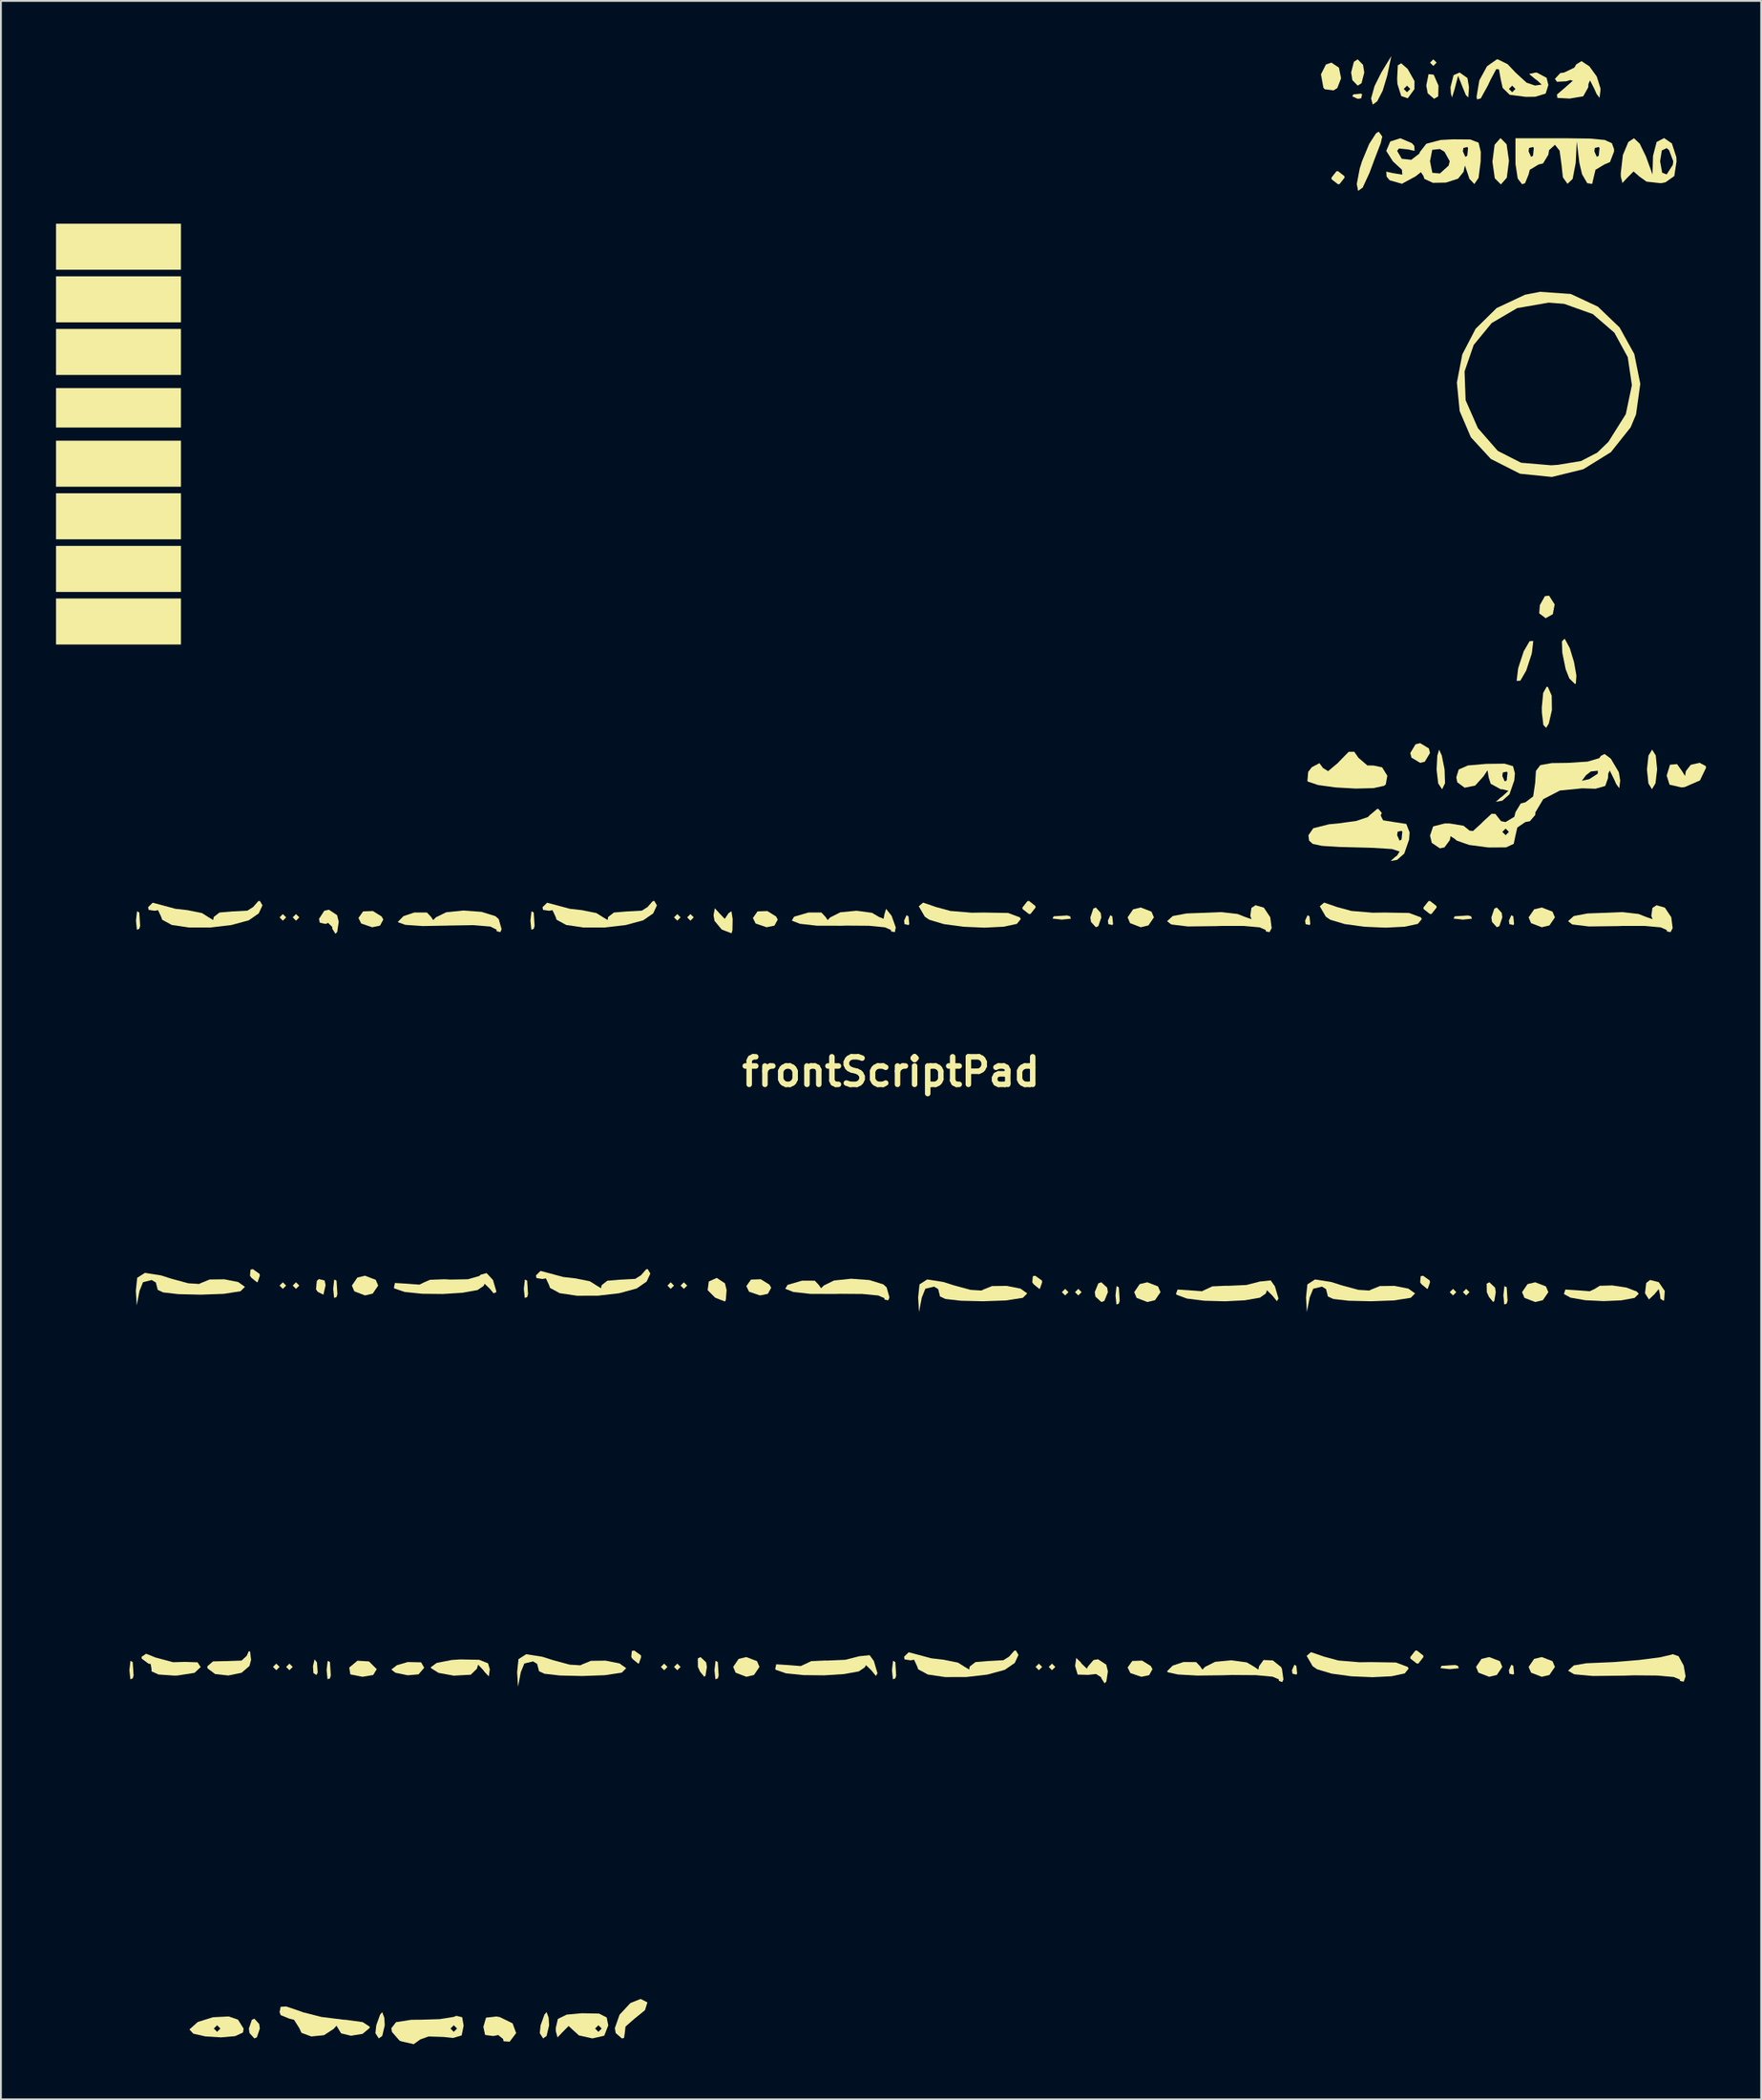
<source format=kicad_pcb>
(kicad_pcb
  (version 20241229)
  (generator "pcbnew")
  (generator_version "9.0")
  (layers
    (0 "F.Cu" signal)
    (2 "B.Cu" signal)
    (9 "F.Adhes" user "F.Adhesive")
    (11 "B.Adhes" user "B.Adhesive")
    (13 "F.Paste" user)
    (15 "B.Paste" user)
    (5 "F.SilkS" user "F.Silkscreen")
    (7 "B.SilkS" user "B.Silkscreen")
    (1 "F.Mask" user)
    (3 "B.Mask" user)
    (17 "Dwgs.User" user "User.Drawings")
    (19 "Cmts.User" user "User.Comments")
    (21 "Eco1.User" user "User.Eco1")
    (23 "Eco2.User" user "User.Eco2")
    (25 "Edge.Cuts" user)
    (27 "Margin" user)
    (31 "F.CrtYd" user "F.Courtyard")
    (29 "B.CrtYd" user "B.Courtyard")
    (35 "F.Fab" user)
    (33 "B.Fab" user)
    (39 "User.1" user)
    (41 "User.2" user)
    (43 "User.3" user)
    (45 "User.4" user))
  (footprint "frontScriptPad"
    (layer "F.Cu")
    (at 45.434 55.272)
    (property "Reference" "frontScriptPad" (at 0 0 0) (layer "F.SilkS") (effects (font (size 1.5 1.5) (thickness 0.3))))
    (attr board_only exclude_from_pos_files exclude_from_bom)
    (fp_poly (pts (xy -33.27 32.376) (xy -33.449 32.555) (xy -33.628 32.376) (xy -33.449 32.197)) (stroke (width 0) (type solid)) (fill yes) (layer "F.SilkS"))
    (fp_poly (pts (xy -32.913 -8.407) (xy -33.092 -8.228) (xy -33.27 -8.407) (xy -33.092 -8.586)) (stroke (width 0) (type solid)) (fill yes) (layer "F.SilkS"))
    (fp_poly (pts (xy -32.913 11.627) (xy -33.092 11.806) (xy -33.27 11.627) (xy -33.092 11.448)) (stroke (width 0) (type solid)) (fill yes) (layer "F.SilkS"))
    (fp_poly (pts (xy -32.555 32.376) (xy -32.734 32.555) (xy -32.913 32.376) (xy -32.734 32.197)) (stroke (width 0) (type solid)) (fill yes) (layer "F.SilkS"))
    (fp_poly (pts (xy -32.197 -8.407) (xy -32.376 -8.228) (xy -32.555 -8.407) (xy -32.376 -8.586)) (stroke (width 0) (type solid)) (fill yes) (layer "F.SilkS"))
    (fp_poly (pts (xy -32.197 11.627) (xy -32.376 11.806) (xy -32.555 11.627) (xy -32.376 11.448)) (stroke (width 0) (type solid)) (fill yes) (layer "F.SilkS"))
    (fp_poly (pts (xy -12.163 32.376) (xy -12.342 32.555) (xy -12.521 32.376) (xy -12.342 32.197)) (stroke (width 0) (type solid)) (fill yes) (layer "F.SilkS"))
    (fp_poly (pts (xy -11.806 11.627) (xy -11.985 11.806) (xy -12.163 11.627) (xy -11.985 11.448)) (stroke (width 0) (type solid)) (fill yes) (layer "F.SilkS"))
    (fp_poly (pts (xy -11.448 -8.407) (xy -11.627 -8.228) (xy -11.806 -8.407) (xy -11.627 -8.586)) (stroke (width 0) (type solid)) (fill yes) (layer "F.SilkS"))
    (fp_poly (pts (xy -11.448 32.376) (xy -11.627 32.555) (xy -11.806 32.376) (xy -11.627 32.197)) (stroke (width 0) (type solid)) (fill yes) (layer "F.SilkS"))
    (fp_poly (pts (xy -11.09 11.627) (xy -11.269 11.806) (xy -11.448 11.627) (xy -11.269 11.448)) (stroke (width 0) (type solid)) (fill yes) (layer "F.SilkS"))
    (fp_poly (pts (xy -10.732 -8.407) (xy -10.911 -8.228) (xy -11.09 -8.407) (xy -10.911 -8.586)) (stroke (width 0) (type solid)) (fill yes) (layer "F.SilkS"))
    (fp_poly (pts (xy 8.228 32.376) (xy 8.049 32.555) (xy 7.87 32.376) (xy 8.049 32.197)) (stroke (width 0) (type solid)) (fill yes) (layer "F.SilkS"))
    (fp_poly (pts (xy 8.944 32.376) (xy 8.765 32.555) (xy 8.586 32.376) (xy 8.765 32.197)) (stroke (width 0) (type solid)) (fill yes) (layer "F.SilkS"))
    (fp_poly (pts (xy 9.659 11.985) (xy 9.48 12.163) (xy 9.301 11.985) (xy 9.48 11.806)) (stroke (width 0) (type solid)) (fill yes) (layer "F.SilkS"))
    (fp_poly (pts (xy 10.375 11.985) (xy 10.196 12.163) (xy 10.017 11.985) (xy 10.196 11.806)) (stroke (width 0) (type solid)) (fill yes) (layer "F.SilkS"))
    (fp_poly (pts (xy 29.693 -54.914) (xy 29.514 -54.735) (xy 29.335 -54.914) (xy 29.514 -55.093)) (stroke (width 0) (type solid)) (fill yes) (layer "F.SilkS"))
    (fp_poly (pts (xy 30.766 11.985) (xy 30.587 12.163) (xy 30.408 11.985) (xy 30.587 11.806)) (stroke (width 0) (type solid)) (fill yes) (layer "F.SilkS"))
    (fp_poly (pts (xy 31.482 11.985) (xy 31.303 12.163) (xy 31.124 11.985) (xy 31.303 11.806)) (stroke (width 0) (type solid)) (fill yes) (layer "F.SilkS"))
    (fp_poly (pts (xy -41.262 32.108) (xy -41.214 32.84) (xy -41.262 33.002) (xy -41.392 33.047) (xy -41.442 32.555) (xy -41.386 32.047)) (stroke (width 0) (type solid)) (fill yes) (layer "F.SilkS"))
    (fp_poly (pts (xy -40.904 -8.675) (xy -40.857 -7.943) (xy -40.904 -7.781) (xy -41.034 -7.736) (xy -41.084 -8.228) (xy -41.028 -8.736)) (stroke (width 0) (type solid)) (fill yes) (layer "F.SilkS"))
    (fp_poly (pts (xy -31.237 32.13) (xy -31.195 32.689) (xy -31.266 32.816) (xy -31.428 32.709) (xy -31.453 32.346) (xy -31.366 31.965)) (stroke (width 0) (type solid)) (fill yes) (layer "F.SilkS"))
    (fp_poly (pts (xy -30.529 32.108) (xy -30.482 32.84) (xy -30.529 33.002) (xy -30.66 33.047) (xy -30.71 32.555) (xy -30.653 32.047)) (stroke (width 0) (type solid)) (fill yes) (layer "F.SilkS"))
    (fp_poly (pts (xy -30.172 11.358) (xy -30.124 12.091) (xy -30.172 12.253) (xy -30.302 12.298) (xy -30.352 11.806) (xy -30.296 11.298)) (stroke (width 0) (type solid)) (fill yes) (layer "F.SilkS"))
    (fp_poly (pts (xy -19.797 11.358) (xy -19.75 12.091) (xy -19.797 12.253) (xy -19.927 12.298) (xy -19.977 11.806) (xy -19.921 11.298)) (stroke (width 0) (type solid)) (fill yes) (layer "F.SilkS"))
    (fp_poly (pts (xy -19.439 -8.675) (xy -19.392 -7.943) (xy -19.439 -7.781) (xy -19.57 -7.736) (xy -19.62 -8.228) (xy -19.563 -8.736)) (stroke (width 0) (type solid)) (fill yes) (layer "F.SilkS"))
    (fp_poly (pts (xy -9.422 32.108) (xy -9.375 32.84) (xy -9.422 33.002) (xy -9.553 33.047) (xy -9.603 32.555) (xy -9.546 32.047)) (stroke (width 0) (type solid)) (fill yes) (layer "F.SilkS"))
    (fp_poly (pts (xy 0.237 32.108) (xy 0.284 32.84) (xy 0.237 33.002) (xy 0.106 33.047) (xy 0.056 32.555) (xy 0.113 32.047)) (stroke (width 0) (type solid)) (fill yes) (layer "F.SilkS"))
    (fp_poly (pts (xy 0.954 -8.467) (xy 0.997 -8.042) (xy 0.954 -7.99) (xy 0.741 -8.039) (xy 0.715 -8.228) (xy 0.846 -8.523)) (stroke (width 0) (type solid)) (fill yes) (layer "F.SilkS"))
    (fp_poly (pts (xy 9.749 -8.465) (xy 9.794 -8.335) (xy 9.301 -8.285) (xy 8.794 -8.341) (xy 8.854 -8.465) (xy 9.587 -8.512)) (stroke (width 0) (type solid)) (fill yes) (layer "F.SilkS"))
    (fp_poly (pts (xy 12.044 -8.467) (xy 12.087 -8.042) (xy 12.044 -7.99) (xy 11.831 -8.039) (xy 11.806 -8.228) (xy 11.937 -8.523)) (stroke (width 0) (type solid)) (fill yes) (layer "F.SilkS"))
    (fp_poly (pts (xy 12.4 11.716) (xy 12.448 12.449) (xy 12.4 12.611) (xy 12.27 12.656) (xy 12.22 12.163) (xy 12.276 11.656)) (stroke (width 0) (type solid)) (fill yes) (layer "F.SilkS"))
    (fp_poly (pts (xy 22.061 32.316) (xy 22.104 32.741) (xy 22.061 32.793) (xy 21.848 32.744) (xy 21.823 32.555) (xy 21.953 32.26)) (stroke (width 0) (type solid)) (fill yes) (layer "F.SilkS"))
    (fp_poly (pts (xy 22.777 -8.467) (xy 22.819 -8.042) (xy 22.777 -7.99) (xy 22.564 -8.039) (xy 22.538 -8.228) (xy 22.669 -8.523)) (stroke (width 0) (type solid)) (fill yes) (layer "F.SilkS"))
    (fp_poly (pts (xy 25.638 -53.185) (xy 25.589 -52.972) (xy 25.4 -52.946) (xy 25.106 -53.077) (xy 25.162 -53.185) (xy 25.586 -53.228)) (stroke (width 0) (type solid)) (fill yes) (layer "F.SilkS"))
    (fp_poly (pts (xy 30.856 32.318) (xy 30.901 32.449) (xy 30.408 32.498) (xy 29.901 32.442) (xy 29.961 32.318) (xy 30.694 32.271)) (stroke (width 0) (type solid)) (fill yes) (layer "F.SilkS"))
    (fp_poly (pts (xy 31.571 -8.465) (xy 31.616 -8.335) (xy 31.124 -8.285) (xy 30.616 -8.341) (xy 30.677 -8.465) (xy 31.409 -8.512)) (stroke (width 0) (type solid)) (fill yes) (layer "F.SilkS"))
    (fp_poly (pts (xy 33.507 11.716) (xy 33.555 12.449) (xy 33.507 12.611) (xy 33.377 12.656) (xy 33.327 12.163) (xy 33.383 11.656)) (stroke (width 0) (type solid)) (fill yes) (layer "F.SilkS"))
    (fp_poly (pts (xy 33.867 -8.467) (xy 33.909 -8.042) (xy 33.867 -7.99) (xy 33.654 -8.039) (xy 33.628 -8.228) (xy 33.759 -8.523)) (stroke (width 0) (type solid)) (fill yes) (layer "F.SilkS"))
    (fp_poly (pts (xy 33.867 32.316) (xy 33.909 32.741) (xy 33.867 32.793) (xy 33.654 32.744) (xy 33.628 32.555) (xy 33.759 32.26)) (stroke (width 0) (type solid)) (fill yes) (layer "F.SilkS"))
    (fp_poly (pts (xy -30.819 11.35) (xy -30.766 11.606) (xy -30.884 12.123) (xy -31.194 11.968) (xy -31.288 11.83) (xy -31.243 11.371) (xy -31.13 11.273)) (stroke (width 0) (type solid)) (fill yes) (layer "F.SilkS"))
    (fp_poly (pts (xy -28.405 32.077) (xy -27.983 32.497) (xy -28.174 32.813) (xy -28.758 32.913) (xy -29.419 32.784) (xy -29.478 32.411) (xy -29.033 32.038)) (stroke (width 0) (type solid)) (fill yes) (layer "F.SilkS"))
    (fp_poly (pts (xy 29.533 -54.26) (xy 29.797 -53.662) (xy 29.782 -53.078) (xy 29.557 -52.946) (xy 29.211 -53.245) (xy 29.131 -53.662) (xy 29.256 -54.286)) (stroke (width 0) (type solid)) (fill yes) (layer "F.SilkS"))
    (fp_poly (pts (xy 36.118 -25.436) (xy 36.018 -24.904) (xy 35.629 -24.685) (xy 35.278 -24.948) (xy 35.312 -25.396) (xy 35.586 -25.885) (xy 35.815 -25.911)) (stroke (width 0) (type solid)) (fill yes) (layer "F.SilkS"))
    (fp_poly (pts (xy -38.637 -44.897) (xy -38.637 -43.645) (xy -42.035 -43.645) (xy -45.434 -43.645) (xy -45.434 -44.897) (xy -45.434 -46.149) (xy -42.035 -46.149) (xy -38.637 -46.149)) (stroke (width 0) (type solid)) (fill yes) (layer "F.SilkS"))
    (fp_poly (pts (xy -38.637 -42.035) (xy -38.637 -40.783) (xy -42.035 -40.783) (xy -45.434 -40.783) (xy -45.434 -42.035) (xy -45.434 -43.287) (xy -42.035 -43.287) (xy -38.637 -43.287)) (stroke (width 0) (type solid)) (fill yes) (layer "F.SilkS"))
    (fp_poly (pts (xy -38.637 -39.173) (xy -38.637 -37.921) (xy -42.035 -37.921) (xy -45.434 -37.921) (xy -45.434 -39.173) (xy -45.434 -40.425) (xy -42.035 -40.425) (xy -38.637 -40.425)) (stroke (width 0) (type solid)) (fill yes) (layer "F.SilkS"))
    (fp_poly (pts (xy -38.637 -36.132) (xy -38.637 -35.059) (xy -42.035 -35.059) (xy -45.434 -35.059) (xy -45.434 -36.132) (xy -45.434 -37.206) (xy -42.035 -37.206) (xy -38.637 -37.206)) (stroke (width 0) (type solid)) (fill yes) (layer "F.SilkS"))
    (fp_poly (pts (xy -38.637 -33.092) (xy -38.637 -31.839) (xy -42.035 -31.839) (xy -45.434 -31.839) (xy -45.434 -33.092) (xy -45.434 -34.344) (xy -42.035 -34.344) (xy -38.637 -34.344)) (stroke (width 0) (type solid)) (fill yes) (layer "F.SilkS"))
    (fp_poly (pts (xy -38.637 -30.23) (xy -38.637 -28.977) (xy -42.035 -28.977) (xy -45.434 -28.977) (xy -45.434 -30.23) (xy -45.434 -31.482) (xy -42.035 -31.482) (xy -38.637 -31.482)) (stroke (width 0) (type solid)) (fill yes) (layer "F.SilkS"))
    (fp_poly (pts (xy -38.637 -27.368) (xy -38.637 -26.115) (xy -42.035 -26.115) (xy -45.434 -26.115) (xy -45.434 -27.368) (xy -45.434 -28.62) (xy -42.035 -28.62) (xy -38.637 -28.62)) (stroke (width 0) (type solid)) (fill yes) (layer "F.SilkS"))
    (fp_poly (pts (xy -38.637 -24.506) (xy -38.637 -23.254) (xy -42.035 -23.254) (xy -45.434 -23.254) (xy -45.434 -24.506) (xy -45.434 -25.758) (xy -42.035 -25.758) (xy -38.637 -25.758)) (stroke (width 0) (type solid)) (fill yes) (layer "F.SilkS"))
    (fp_poly (pts (xy -34.377 51.806) (xy -34.344 52.052) (xy -34.505 52.529) (xy -34.642 52.589) (xy -34.907 52.298) (xy -34.94 52.052) (xy -34.778 51.576) (xy -34.642 51.515)) (stroke (width 0) (type solid)) (fill yes) (layer "F.SilkS"))
    (fp_poly (pts (xy -34.358 10.992) (xy -34.344 11.09) (xy -34.466 11.439) (xy -34.501 11.448) (xy -34.807 11.197) (xy -34.88 11.09) (xy -34.852 10.76) (xy -34.723 10.732)) (stroke (width 0) (type solid)) (fill yes) (layer "F.SilkS"))
    (fp_poly (pts (xy -28.037 11.314) (xy -27.904 11.627) (xy -28.202 12.064) (xy -28.62 12.163) (xy -29.202 11.94) (xy -29.335 11.627) (xy -29.037 11.19) (xy -28.62 11.09)) (stroke (width 0) (type solid)) (fill yes) (layer "F.SilkS"))
    (fp_poly (pts (xy -27.715 -8.455) (xy -27.625 -8.286) (xy -27.806 -7.958) (xy -28.232 -7.87) (xy -28.828 -8.073) (xy -28.977 -8.375) (xy -28.725 -8.732) (xy -28.191 -8.752)) (stroke (width 0) (type solid)) (fill yes) (layer "F.SilkS"))
    (fp_poly (pts (xy -27.572 51.459) (xy -27.546 51.873) (xy -27.682 52.455) (xy -27.871 52.589) (xy -28.055 52.304) (xy -28.008 51.873) (xy -27.8 51.295) (xy -27.684 51.158)) (stroke (width 0) (type solid)) (fill yes) (layer "F.SilkS"))
    (fp_poly (pts (xy -25.567 32.126) (xy -25.4 32.422) (xy -25.706 32.78) (xy -26.294 32.831) (xy -26.968 32.693) (xy -27.189 32.519) (xy -26.884 32.282) (xy -26.294 32.11)) (stroke (width 0) (type solid)) (fill yes) (layer "F.SilkS"))
    (fp_poly (pts (xy -18.628 51.459) (xy -18.603 51.873) (xy -18.739 52.455) (xy -18.927 52.589) (xy -19.111 52.304) (xy -19.064 51.873) (xy -18.857 51.295) (xy -18.74 51.158)) (stroke (width 0) (type solid)) (fill yes) (layer "F.SilkS"))
    (fp_poly (pts (xy -13.609 31.741) (xy -13.594 31.839) (xy -13.716 32.188) (xy -13.752 32.197) (xy -14.058 31.946) (xy -14.131 31.839) (xy -14.103 31.51) (xy -13.973 31.482)) (stroke (width 0) (type solid)) (fill yes) (layer "F.SilkS"))
    (fp_poly (pts (xy -10.056 32.129) (xy -10.017 32.376) (xy -10.093 32.853) (xy -10.158 32.913) (xy -10.388 32.633) (xy -10.504 32.376) (xy -10.511 31.915) (xy -10.363 31.839)) (stroke (width 0) (type solid)) (fill yes) (layer "F.SilkS"))
    (fp_poly (pts (xy -7.288 32.063) (xy -7.155 32.376) (xy -7.453 32.813) (xy -7.87 32.913) (xy -8.453 32.689) (xy -8.586 32.376) (xy -8.288 31.939) (xy -7.87 31.839)) (stroke (width 0) (type solid)) (fill yes) (layer "F.SilkS"))
    (fp_poly (pts (xy -6.608 11.579) (xy -6.518 11.747) (xy -6.699 12.076) (xy -7.125 12.163) (xy -7.721 11.961) (xy -7.87 11.658) (xy -7.618 11.301) (xy -7.084 11.282)) (stroke (width 0) (type solid)) (fill yes) (layer "F.SilkS"))
    (fp_poly (pts (xy -6.25 -8.455) (xy -6.161 -8.286) (xy -6.341 -7.958) (xy -6.767 -7.87) (xy -7.364 -8.073) (xy -7.513 -8.375) (xy -7.26 -8.732) (xy -6.726 -8.752)) (stroke (width 0) (type solid)) (fill yes) (layer "F.SilkS"))
    (fp_poly (pts (xy 7.86 -9.029) (xy 7.87 -8.944) (xy 7.598 -8.596) (xy 7.513 -8.586) (xy 7.165 -8.858) (xy 7.155 -8.944) (xy 7.427 -9.291) (xy 7.513 -9.301)) (stroke (width 0) (type solid)) (fill yes) (layer "F.SilkS"))
    (fp_poly (pts (xy 8.214 11.35) (xy 8.228 11.448) (xy 8.106 11.796) (xy 8.07 11.806) (xy 7.765 11.555) (xy 7.692 11.448) (xy 7.72 11.118) (xy 7.849 11.09)) (stroke (width 0) (type solid)) (fill yes) (layer "F.SilkS"))
    (fp_poly (pts (xy 11.414 -8.653) (xy 11.448 -8.407) (xy 11.286 -7.931) (xy 11.15 -7.87) (xy 10.885 -8.161) (xy 10.852 -8.407) (xy 11.013 -8.884) (xy 11.15 -8.944)) (stroke (width 0) (type solid)) (fill yes) (layer "F.SilkS"))
    (fp_poly (pts (xy 11.765 11.738) (xy 11.806 11.985) (xy 11.612 12.461) (xy 11.448 12.521) (xy 11.131 12.231) (xy 11.09 11.985) (xy 11.283 11.508) (xy 11.448 11.448)) (stroke (width 0) (type solid)) (fill yes) (layer "F.SilkS"))
    (fp_poly (pts (xy 14.142 32.328) (xy 14.231 32.497) (xy 14.051 32.825) (xy 13.624 32.913) (xy 13.028 32.71) (xy 12.879 32.408) (xy 13.132 32.051) (xy 13.665 32.032)) (stroke (width 0) (type solid)) (fill yes) (layer "F.SilkS"))
    (fp_poly (pts (xy 14.177 -8.72) (xy 14.31 -8.407) (xy 14.012 -7.97) (xy 13.594 -7.87) (xy 13.012 -8.094) (xy 12.879 -8.407) (xy 13.177 -8.844) (xy 13.594 -8.944)) (stroke (width 0) (type solid)) (fill yes) (layer "F.SilkS"))
    (fp_poly (pts (xy 14.535 11.672) (xy 14.668 11.985) (xy 14.369 12.422) (xy 13.952 12.521) (xy 13.369 12.297) (xy 13.237 11.985) (xy 13.535 11.547) (xy 13.952 11.448)) (stroke (width 0) (type solid)) (fill yes) (layer "F.SilkS"))
    (fp_poly (pts (xy 24.674 -48.739) (xy 24.685 -48.654) (xy 24.412 -48.306) (xy 24.327 -48.296) (xy 23.979 -48.568) (xy 23.969 -48.654) (xy 24.241 -49.001) (xy 24.327 -49.011)) (stroke (width 0) (type solid)) (fill yes) (layer "F.SilkS"))
    (fp_poly (pts (xy 25.691 -54.793) (xy 25.758 -54.377) (xy 25.608 -53.796) (xy 25.4 -53.662) (xy 25.109 -53.962) (xy 25.042 -54.377) (xy 25.192 -54.959) (xy 25.4 -55.093)) (stroke (width 0) (type solid)) (fill yes) (layer "F.SilkS"))
    (fp_poly (pts (xy 27.005 -54.199) (xy 26.76 -53.387) (xy 26.465 -52.816) (xy 26.22 -52.629) (xy 26.128 -52.964) (xy 26.315 -53.637) (xy 26.685 -54.377) (xy 27.23 -55.272)) (stroke (width 0) (type solid)) (fill yes) (layer "F.SilkS"))
    (fp_poly (pts (xy 28.967 31.754) (xy 28.977 31.839) (xy 28.705 32.187) (xy 28.62 32.197) (xy 28.272 31.925) (xy 28.262 31.839) (xy 28.534 31.492) (xy 28.62 31.482)) (stroke (width 0) (type solid)) (fill yes) (layer "F.SilkS"))
    (fp_poly (pts (xy 29.273 -17.601) (xy 29.335 -17.351) (xy 29.049 -16.876) (xy 28.799 -16.814) (xy 28.324 -17.1) (xy 28.262 -17.351) (xy 28.548 -17.825) (xy 28.799 -17.887)) (stroke (width 0) (type solid)) (fill yes) (layer "F.SilkS"))
    (fp_poly (pts (xy 29.321 11.35) (xy 29.335 11.448) (xy 29.213 11.796) (xy 29.177 11.806) (xy 28.872 11.555) (xy 28.799 11.448) (xy 28.827 11.118) (xy 28.956 11.09)) (stroke (width 0) (type solid)) (fill yes) (layer "F.SilkS"))
    (fp_poly (pts (xy 29.683 -9.029) (xy 29.693 -8.944) (xy 29.421 -8.596) (xy 29.335 -8.586) (xy 28.988 -8.858) (xy 28.977 -8.944) (xy 29.25 -9.291) (xy 29.335 -9.301)) (stroke (width 0) (type solid)) (fill yes) (layer "F.SilkS"))
    (fp_poly (pts (xy 32.874 11.738) (xy 32.913 11.985) (xy 32.836 12.462) (xy 32.772 12.521) (xy 32.541 12.241) (xy 32.426 11.985) (xy 32.418 11.524) (xy 32.566 11.448)) (stroke (width 0) (type solid)) (fill yes) (layer "F.SilkS"))
    (fp_poly (pts (xy 33.138 32.063) (xy 33.27 32.376) (xy 32.972 32.813) (xy 32.555 32.913) (xy 31.972 32.689) (xy 31.839 32.376) (xy 32.138 31.939) (xy 32.555 31.839)) (stroke (width 0) (type solid)) (fill yes) (layer "F.SilkS"))
    (fp_poly (pts (xy 33.237 -8.653) (xy 33.27 -8.407) (xy 33.109 -7.931) (xy 32.972 -7.87) (xy 32.708 -8.161) (xy 32.674 -8.407) (xy 32.836 -8.884) (xy 32.972 -8.944)) (stroke (width 0) (type solid)) (fill yes) (layer "F.SilkS"))
    (fp_poly (pts (xy 35.642 11.672) (xy 35.775 11.985) (xy 35.476 12.422) (xy 35.059 12.521) (xy 34.476 12.297) (xy 34.344 11.985) (xy 34.642 11.547) (xy 35.059 11.448)) (stroke (width 0) (type solid)) (fill yes) (layer "F.SilkS"))
    (fp_poly (pts (xy 36 -8.72) (xy 36.132 -8.407) (xy 35.834 -7.97) (xy 35.417 -7.87) (xy 34.834 -8.094) (xy 34.701 -8.407) (xy 35 -8.844) (xy 35.417 -8.944)) (stroke (width 0) (type solid)) (fill yes) (layer "F.SilkS"))
    (fp_poly (pts (xy 36 32.063) (xy 36.132 32.376) (xy 35.834 32.813) (xy 35.417 32.913) (xy 34.834 32.689) (xy 34.701 32.376) (xy 35 31.939) (xy 35.417 31.839)) (stroke (width 0) (type solid)) (fill yes) (layer "F.SilkS"))
    (fp_poly (pts (xy -9.033 11.504) (xy -8.944 11.865) (xy -8.984 12.4) (xy -9.033 12.493) (xy -9.394 12.354) (xy -9.57 12.284) (xy -9.975 11.877) (xy -9.914 11.406) (xy -9.48 11.209)) (stroke (width 0) (type solid)) (fill yes) (layer "F.SilkS"))
    (fp_poly (pts (xy 24.379 -54.641) (xy 24.496 -54.061) (xy 24.289 -53.53) (xy 24.091 -53.405) (xy 23.606 -53.464) (xy 23.531 -53.554) (xy 23.401 -54.278) (xy 23.67 -54.812) (xy 23.969 -54.914)) (stroke (width 0) (type solid)) (fill yes) (layer "F.SilkS"))
    (fp_poly (pts (xy 34.879 -22.802) (xy 34.859 -22.717) (xy 34.569 -21.834) (xy 34.251 -21.286) (xy 34.048 -21.272) (xy 34.125 -21.917) (xy 34.144 -22.001) (xy 34.434 -22.884) (xy 34.752 -23.432) (xy 34.955 -23.446)) (stroke (width 0) (type solid)) (fill yes) (layer "F.SilkS"))
    (fp_poly (pts (xy 35.75 -20.944) (xy 35.957 -20.472) (xy 35.968 -19.685) (xy 35.799 -18.951) (xy 35.655 -18.721) (xy 35.504 -18.875) (xy 35.422 -19.552) (xy 35.417 -19.816) (xy 35.493 -20.617) (xy 35.683 -20.958)) (stroke (width 0) (type solid)) (fill yes) (layer "F.SilkS"))
    (fp_poly (pts (xy 36.68 -23.541) (xy 36.942 -23.054) (xy 37.171 -22.3) (xy 37.301 -21.565) (xy 37.271 -21.134) (xy 37.222 -21.107) (xy 36.916 -21.407) (xy 36.716 -21.912) (xy 36.535 -22.804) (xy 36.512 -23.421) (xy 36.652 -23.565)) (stroke (width 0) (type solid)) (fill yes) (layer "F.SilkS"))
    (fp_poly (pts (xy -30.14 -8.53) (xy -30.051 -8.169) (xy -30.132 -7.619) (xy -30.23 -7.513) (xy -30.402 -7.792) (xy -30.408 -7.892) (xy -30.628 -8.105) (xy -30.766 -8.049) (xy -31.082 -8.119) (xy -31.124 -8.326) (xy -30.837 -8.767) (xy -30.587 -8.824)) (stroke (width 0) (type solid)) (fill yes) (layer "F.SilkS"))
    (fp_poly (pts (xy -21.286 51.428) (xy -20.589 51.77) (xy -20.396 52.299) (xy -20.749 52.768) (xy -21.079 52.746) (xy -21.107 52.621) (xy -21.368 52.406) (xy -21.644 52.459) (xy -22.085 52.401) (xy -22.18 51.961) (xy -22.034 51.459) (xy -21.469 51.397)) (stroke (width 0) (type solid)) (fill yes) (layer "F.SilkS"))
    (fp_poly (pts (xy -9.339 -8.635) (xy -9.045 -8.326) (xy -8.836 -8.635) (xy -8.681 -8.742) (xy -8.614 -8.318) (xy -8.626 -7.701) (xy -8.675 -7.541) (xy -9.037 -7.679) (xy -9.212 -7.75) (xy -9.601 -8.218) (xy -9.654 -8.526) (xy -9.583 -8.904)) (stroke (width 0) (type solid)) (fill yes) (layer "F.SilkS"))
    (fp_poly (pts (xy 26.736 -50.892) (xy 26.654 -50.532) (xy 26.341 -49.723) (xy 26.044 -48.922) (xy 25.671 -48.115) (xy 25.422 -47.938) (xy 25.349 -48.308) (xy 25.508 -49.142) (xy 25.634 -49.548) (xy 26.025 -50.492) (xy 26.399 -51.071) (xy 26.545 -51.158)) (stroke (width 0) (type solid)) (fill yes) (layer "F.SilkS"))
    (fp_poly (pts (xy 29.974 -17.22) (xy 30.124 -16.473) (xy 30.127 -16.456) (xy 30.153 -15.708) (xy 29.997 -15.383) (xy 29.989 -15.383) (xy 29.781 -15.694) (xy 29.693 -16.444) (xy 29.693 -16.456) (xy 29.733 -17.211) (xy 29.83 -17.53) (xy 29.831 -17.53)) (stroke (width 0) (type solid)) (fill yes) (layer "F.SilkS"))
    (fp_poly (pts (xy 31.373 -54.075) (xy 31.457 -53.573) (xy 31.416 -53.018) (xy 31.284 -53.15) (xy 31.147 -53.483) (xy 30.863 -54.199) (xy 30.677 -53.483) (xy 30.534 -53.02) (xy 30.471 -53.233) (xy 30.45 -53.573) (xy 30.616 -54.232) (xy 30.945 -54.377)) (stroke (width 0) (type solid)) (fill yes) (layer "F.SilkS"))
    (fp_poly (pts (xy 33.502 -50.474) (xy 33.628 -49.598) (xy 33.628 -49.548) (xy 33.512 -48.65) (xy 33.199 -48.296) (xy 33.181 -48.296) (xy 32.86 -48.621) (xy 32.734 -49.498) (xy 32.734 -49.548) (xy 32.85 -50.446) (xy 33.163 -50.799) (xy 33.181 -50.8)) (stroke (width 0) (type solid)) (fill yes) (layer "F.SilkS"))
    (fp_poly (pts (xy 41.619 -17.219) (xy 41.693 -16.47) (xy 41.693 -16.456) (xy 41.605 -15.702) (xy 41.413 -15.383) (xy 41.41 -15.383) (xy 41.221 -15.694) (xy 41.141 -16.444) (xy 41.141 -16.456) (xy 41.223 -17.21) (xy 41.421 -17.53) (xy 41.424 -17.53)) (stroke (width 0) (type solid)) (fill yes) (layer "F.SilkS"))
    (fp_poly (pts (xy 41.781 11.441) (xy 42.11 11.922) (xy 42.075 12.417) (xy 42.044 12.453) (xy 41.875 12.348) (xy 41.851 12.134) (xy 41.782 11.817) (xy 41.543 12.104) (xy 41.248 12.381) (xy 41.034 12.044) (xy 41.1 11.485) (xy 41.313 11.321)) (stroke (width 0) (type solid)) (fill yes) (layer "F.SilkS"))
    (fp_poly (pts (xy -34.872 31.55) (xy -34.821 31.997) (xy -34.911 32.328) (xy -35.341 32.696) (xy -36.062 32.843) (xy -36.777 32.764) (xy -37.186 32.457) (xy -37.206 32.347) (xy -36.893 32.076) (xy -36.132 32.058) (xy -35.339 32.031) (xy -35.059 31.773) (xy -34.941 31.51)) (stroke (width 0) (type solid)) (fill yes) (layer "F.SilkS"))
    (fp_poly (pts (xy -13.253 50.629) (xy -13.386 51.054) (xy -13.954 51.516) (xy -13.962 51.521) (xy -14.445 51.945) (xy -14.478 52.249) (xy -14.524 52.565) (xy -14.646 52.589) (xy -14.978 52.298) (xy -15.025 52.027) (xy -14.767 51.297) (xy -14.178 50.665) (xy -13.62 50.442)) (stroke (width 0) (type solid)) (fill yes) (layer "F.SilkS"))
    (fp_poly (pts (xy 44.339 -16.642) (xy 44.355 -16.546) (xy 44.024 -15.858) (xy 43.192 -15.495) (xy 43.019 -15.478) (xy 42.371 -15.626) (xy 42.214 -16.121) (xy 42.395 -16.712) (xy 42.778 -16.746) (xy 43.05 -16.367) (xy 43.212 -16.103) (xy 43.259 -16.367) (xy 43.521 -16.706) (xy 44.005 -16.818)) (stroke (width 0) (type solid)) (fill yes) (layer "F.SilkS"))
    (fp_poly (pts (xy 40.027 11.735) (xy 40.589 11.952) (xy 40.694 12.075) (xy 40.466 12.297) (xy 39.754 12.43) (xy 38.785 12.472) (xy 37.787 12.424) (xy 36.985 12.285) (xy 36.621 12.086) (xy 36.701 11.842) (xy 37.331 11.883) (xy 38.022 11.937) (xy 38.279 11.819) (xy 38.573 11.637) (xy 39.256 11.619)) (stroke (width 0) (type solid)) (fill yes) (layer "F.SilkS"))
    (fp_poly (pts (xy -40.028 31.861) (xy -39.064 32.12) (xy -38.418 32.102) (xy -37.733 32.125) (xy -37.563 32.383) (xy -37.896 32.698) (xy -38.821 32.843) (xy -39.002 32.848) (xy -39.858 32.789) (xy -40.243 32.613) (xy -40.233 32.533) (xy -40.283 32.219) (xy -40.404 32.197) (xy -40.768 31.929) (xy -40.783 31.827) (xy -40.533 31.659)) (stroke (width 0) (type solid)) (fill yes) (layer "F.SilkS"))
    (fp_poly (pts (xy -22.406 31.989) (xy -21.927 32.179) (xy -21.828 32.504) (xy -21.885 32.893) (xy -22.131 32.63) (xy -22.18 32.555) (xy -22.466 32.254) (xy -22.533 32.477) (xy -22.865 32.8) (xy -23.79 32.851) (xy -24.618 32.701) (xy -25.031 32.442) (xy -25.041 32.392) (xy -24.721 32.159) (xy -23.911 31.999) (xy -23.431 31.967)) (stroke (width 0) (type solid)) (fill yes) (layer "F.SilkS"))
    (fp_poly (pts (xy 28.118 -54.573) (xy 28.492 -53.909) (xy 28.487 -53.474) (xy 28.124 -52.973) (xy 27.77 -53.094) (xy 27.646 -53.483) (xy 27.904 -53.483) (xy 28.083 -53.304) (xy 28.262 -53.483) (xy 28.083 -53.662) (xy 27.904 -53.483) (xy 27.646 -53.483) (xy 27.561 -53.753) (xy 27.546 -54.045) (xy 27.583 -54.767) (xy 27.767 -54.878)) (stroke (width 0) (type solid)) (fill yes) (layer "F.SilkS"))
    (fp_poly (pts (xy 2.459 -8.968) (xy 2.46 -8.968) (xy 3.235 -8.757) (xy 4.39 -8.661) (xy 5.054 -8.67) (xy 6.373 -8.647) (xy 7.012 -8.41) (xy 7.065 -8.318) (xy 6.852 -8.053) (xy 6.129 -7.899) (xy 5.094 -7.848) (xy 3.944 -7.897) (xy 2.876 -8.042) (xy 2.088 -8.276) (xy 1.842 -8.444) (xy 1.514 -9.011) (xy 1.75 -9.211)) (stroke (width 0) (type solid)) (fill yes) (layer "F.SilkS"))
    (fp_poly (pts (xy 10.322 32.117) (xy 10.375 32.197) (xy 10.66 32.471) (xy 10.727 32.346) (xy 11.022 32.002) (xy 11.269 31.959) (xy 11.716 32.253) (xy 11.806 32.615) (xy 11.724 33.164) (xy 11.627 33.27) (xy 11.45 32.998) (xy 11.448 32.946) (xy 11.163 32.762) (xy 10.732 32.809) (xy 10.161 32.793) (xy 10.022 32.328) (xy 10.082 31.888)) (stroke (width 0) (type solid)) (fill yes) (layer "F.SilkS"))
    (fp_poly (pts (xy 23.566 31.815) (xy 23.567 31.816) (xy 24.343 32.026) (xy 25.497 32.122) (xy 26.161 32.113) (xy 27.48 32.136) (xy 28.119 32.374) (xy 28.172 32.465) (xy 27.959 32.73) (xy 27.236 32.884) (xy 26.201 32.935) (xy 25.051 32.886) (xy 23.984 32.741) (xy 23.195 32.507) (xy 22.949 32.339) (xy 22.621 31.773) (xy 22.857 31.572)) (stroke (width 0) (type solid)) (fill yes) (layer "F.SilkS"))
    (fp_poly (pts (xy 24.282 -8.968) (xy 24.282 -8.968) (xy 25.058 -8.757) (xy 26.213 -8.661) (xy 26.877 -8.67) (xy 28.195 -8.647) (xy 28.834 -8.41) (xy 28.888 -8.318) (xy 28.674 -8.053) (xy 27.952 -7.899) (xy 26.917 -7.848) (xy 25.767 -7.897) (xy 24.699 -8.042) (xy 23.91 -8.276) (xy 23.665 -8.444) (xy 23.337 -9.011) (xy 23.572 -9.211)) (stroke (width 0) (type solid)) (fill yes) (layer "F.SilkS"))
    (fp_poly (pts (xy -35.532 51.569) (xy -35.227 52.057) (xy -35.261 52.268) (xy -35.687 52.465) (xy -36.456 52.531) (xy -37.304 52.481) (xy -37.965 52.331) (xy -38.176 52.102) (xy -38.121 52.052) (xy -36.848 52.052) (xy -36.669 52.231) (xy -36.49 52.052) (xy -36.669 51.873) (xy -36.848 52.052) (xy -38.121 52.052) (xy -37.724 51.696) (xy -36.898 51.437) (xy -36.033 51.395)) (stroke (width 0) (type solid)) (fill yes) (layer "F.SilkS"))
    (fp_poly (pts (xy 42.863 31.795) (xy 43.14 32.304) (xy 43.242 32.89) (xy 43.141 33.178) (xy 42.937 33.139) (xy 42.93 33.062) (xy 42.6 32.925) (xy 41.715 32.845) (xy 40.434 32.834) (xy 39.89 32.85) (xy 38.2 32.87) (xy 37.18 32.777) (xy 36.848 32.581) (xy 37.157 32.296) (xy 37.832 32.177) (xy 39.302 32.114) (xy 40.705 32) (xy 41.838 31.856) (xy 42.493 31.704) (xy 42.54 31.68)) (stroke (width 0) (type solid)) (fill yes) (layer "F.SilkS"))
    (fp_poly (pts (xy -15.883 51.238) (xy -15.469 51.45) (xy -15.383 51.876) (xy -15.602 52.442) (xy -16.248 52.589) (xy -16.983 52.424) (xy -17.294 52.142) (xy -17.39 52.052) (xy -16.099 52.052) (xy -15.92 52.231) (xy -15.741 52.052) (xy -15.92 51.873) (xy -16.099 52.052) (xy -17.39 52.052) (xy -17.54 51.914) (xy -17.855 52.231) (xy -18.146 52.534) (xy -18.236 52.197) (xy -18.24 52.021) (xy -18.125 51.528) (xy -17.645 51.294) (xy -16.814 51.219)) (stroke (width 0) (type solid)) (fill yes) (layer "F.SilkS"))
    (fp_poly (pts (xy 25.437 -17.094) (xy 25.926 -16.673) (xy 26.258 -16.671) (xy 26.729 -16.571) (xy 27.012 -16.113) (xy 26.927 -15.64) (xy 26.838 -15.566) (xy 26.26 -15.439) (xy 25.294 -15.415) (xy 24.204 -15.476) (xy 23.251 -15.607) (xy 22.7 -15.789) (xy 22.662 -15.829) (xy 22.705 -16.322) (xy 22.9 -16.577) (xy 23.317 -16.799) (xy 23.512 -16.531) (xy 23.79 -16.365) (xy 24.323 -16.811) (xy 24.389 -16.885) (xy 24.908 -17.415) (xy 25.214 -17.418)) (stroke (width 0) (type solid)) (fill yes) (layer "F.SilkS"))
    (fp_poly (pts (xy -22.275 -8.707) (xy -21.522 -8.472) (xy -21.343 -8.31) (xy -21.189 -7.768) (xy -21.253 -7.605) (xy -21.455 -7.65) (xy -21.465 -7.743) (xy -21.8 -7.907) (xy -22.721 -7.984) (xy -24.104 -7.962) (xy -24.148 -7.959) (xy -25.485 -7.935) (xy -26.429 -8.001) (xy -26.827 -8.145) (xy -26.831 -8.165) (xy -26.525 -8.477) (xy -25.937 -8.673) (xy -25.25 -8.671) (xy -25.037 -8.447) (xy -24.908 -8.261) (xy -24.768 -8.407) (xy -24.208 -8.683) (xy -23.273 -8.78)) (stroke (width 0) (type solid)) (fill yes) (layer "F.SilkS"))
    (fp_poly (pts (xy -1.168 11.327) (xy -0.415 11.561) (xy -0.236 11.724) (xy -0.082 12.266) (xy -0.146 12.429) (xy -0.35 12.39) (xy -0.357 12.312) (xy -0.685 12.168) (xy -1.553 12.084) (xy -2.786 12.075) (xy -3.041 12.083) (xy -4.383 12.079) (xy -5.312 11.976) (xy -5.752 11.802) (xy -5.629 11.59) (xy -4.867 11.368) (xy -4.83 11.36) (xy -4.143 11.362) (xy -3.93 11.587) (xy -3.801 11.773) (xy -3.661 11.627) (xy -3.101 11.351) (xy -2.166 11.254)) (stroke (width 0) (type solid)) (fill yes) (layer "F.SilkS"))
    (fp_poly (pts (xy -0.93 32.054) (xy -0.732 32.724) (xy -0.82 32.866) (xy -1.073 32.555) (xy -1.358 32.279) (xy -1.426 32.401) (xy -1.748 32.62) (xy -2.561 32.766) (xy -3.64 32.834) (xy -4.765 32.822) (xy -5.713 32.724) (xy -6.26 32.536) (xy -6.3 32.491) (xy -6.242 32.234) (xy -5.598 32.275) (xy -4.908 32.329) (xy -4.651 32.211) (xy -4.339 32.062) (xy -3.579 32.027) (xy -3.488 32.031) (xy -2.484 31.988) (xy -1.735 31.796) (xy -1.159 31.737)) (stroke (width 0) (type solid)) (fill yes) (layer "F.SilkS"))
    (fp_poly (pts (xy 20.892 11.663) (xy 21.09 12.333) (xy 21.003 12.474) (xy 20.749 12.163) (xy 20.461 11.882) (xy 20.397 12.061) (xy 20.075 12.286) (xy 19.264 12.427) (xy 18.185 12.482) (xy 17.059 12.452) (xy 16.108 12.334) (xy 15.553 12.129) (xy 15.511 12.08) (xy 15.597 11.842) (xy 16.224 11.883) (xy 16.915 11.937) (xy 17.172 11.819) (xy 17.484 11.67) (xy 18.244 11.635) (xy 18.335 11.64) (xy 19.338 11.596) (xy 20.087 11.404) (xy 20.664 11.346)) (stroke (width 0) (type solid)) (fill yes) (layer "F.SilkS"))
    (fp_poly (pts (xy -39.725 11.072) (xy -39.15 11.255) (xy -38.239 11.502) (xy -37.648 11.539) (xy -37.564 11.495) (xy -37.073 11.295) (xy -36.276 11.285) (xy -35.52 11.436) (xy -35.155 11.696) (xy -35.396 11.936) (xy -36.319 12.078) (xy -37.56 12.122) (xy -38.77 12.094) (xy -39.608 11.998) (xy -39.914 11.854) (xy -39.906 11.834) (xy -40.003 11.46) (xy -40.226 11.326) (xy -40.7 11.442) (xy -40.891 11.915) (xy -41.043 12.7) (xy -41.092 11.916) (xy -41.018 11.204) (xy -40.601 10.936)) (stroke (width 0) (type solid)) (fill yes) (layer "F.SilkS"))
    (fp_poly (pts (xy -32.167 51.102) (xy -32.008 51.162) (xy -30.998 51.42) (xy -29.789 51.571) (xy -29.649 51.578) (xy -28.747 51.702) (xy -28.367 51.949) (xy -28.371 52.022) (xy -28.752 52.341) (xy -29.383 52.443) (xy -29.92 52.315) (xy -30.056 52.093) (xy -30.172 51.898) (xy -30.324 52.069) (xy -30.851 52.413) (xy -31.541 52.482) (xy -32.079 52.286) (xy -32.197 52.03) (xy -32.484 51.575) (xy -32.734 51.515) (xy -33.21 51.322) (xy -33.27 51.158) (xy -33.212 50.869) (xy -32.909 50.85)) (stroke (width 0) (type solid)) (fill yes) (layer "F.SilkS"))
    (fp_poly (pts (xy -18.976 31.821) (xy -18.401 32.004) (xy -17.49 32.251) (xy -16.899 32.289) (xy -16.815 32.244) (xy -16.323 32.044) (xy -15.527 32.034) (xy -14.771 32.185) (xy -14.406 32.445) (xy -14.646 32.686) (xy -15.57 32.827) (xy -16.811 32.871) (xy -18.021 32.843) (xy -18.859 32.747) (xy -19.164 32.603) (xy -19.157 32.584) (xy -19.254 32.209) (xy -19.477 32.076) (xy -19.951 32.191) (xy -20.142 32.664) (xy -20.294 33.449) (xy -20.343 32.665) (xy -20.269 31.954) (xy -19.851 31.685)) (stroke (width 0) (type solid)) (fill yes) (layer "F.SilkS"))
    (fp_poly (pts (xy 2.847 11.43) (xy 3.422 11.613) (xy 4.333 11.86) (xy 4.924 11.897) (xy 5.008 11.853) (xy 5.499 11.653) (xy 6.296 11.643) (xy 7.052 11.793) (xy 7.417 12.054) (xy 7.176 12.294) (xy 6.252 12.436) (xy 5.012 12.48) (xy 3.802 12.452) (xy 2.963 12.356) (xy 2.658 12.212) (xy 2.665 12.192) (xy 2.569 11.818) (xy 2.346 11.684) (xy 1.872 11.799) (xy 1.681 12.273) (xy 1.528 13.058) (xy 1.48 12.274) (xy 1.554 11.562) (xy 1.971 11.294)) (stroke (width 0) (type solid)) (fill yes) (layer "F.SilkS"))
    (fp_poly (pts (xy 20.292 -8.937) (xy 20.641 -8.415) (xy 20.718 -7.824) (xy 20.603 -7.605) (xy 20.399 -7.644) (xy 20.392 -7.721) (xy 20.065 -7.864) (xy 19.198 -7.941) (xy 17.966 -7.941) (xy 17.709 -7.932) (xy 16.155 -7.913) (xy 15.255 -8.021) (xy 15.025 -8.2) (xy 15.337 -8.481) (xy 16.087 -8.621) (xy 16.099 -8.622) (xy 17.187 -8.661) (xy 17.985 -8.693) (xy 18.858 -8.593) (xy 19.292 -8.423) (xy 19.619 -8.309) (xy 19.555 -8.493) (xy 19.615 -8.921) (xy 19.839 -9.067)) (stroke (width 0) (type solid)) (fill yes) (layer "F.SilkS"))
    (fp_poly (pts (xy 23.954 11.43) (xy 24.529 11.613) (xy 25.44 11.86) (xy 26.031 11.897) (xy 26.115 11.853) (xy 26.606 11.653) (xy 27.403 11.643) (xy 28.159 11.793) (xy 28.524 12.054) (xy 28.283 12.294) (xy 27.359 12.436) (xy 26.119 12.48) (xy 24.909 12.452) (xy 24.07 12.356) (xy 23.765 12.212) (xy 23.772 12.192) (xy 23.676 11.818) (xy 23.453 11.684) (xy 22.979 11.799) (xy 22.788 12.273) (xy 22.635 13.058) (xy 22.587 12.274) (xy 22.661 11.562) (xy 23.078 11.294)) (stroke (width 0) (type solid)) (fill yes) (layer "F.SilkS"))
    (fp_poly (pts (xy 42.115 -8.937) (xy 42.464 -8.415) (xy 42.54 -7.824) (xy 42.426 -7.605) (xy 42.222 -7.644) (xy 42.215 -7.721) (xy 41.888 -7.864) (xy 41.021 -7.941) (xy 39.788 -7.941) (xy 39.532 -7.932) (xy 37.978 -7.913) (xy 37.078 -8.021) (xy 36.848 -8.2) (xy 37.159 -8.481) (xy 37.909 -8.621) (xy 37.921 -8.622) (xy 39.009 -8.661) (xy 39.807 -8.693) (xy 40.68 -8.593) (xy 41.115 -8.423) (xy 41.441 -8.309) (xy 41.377 -8.493) (xy 41.438 -8.921) (xy 41.661 -9.067)) (stroke (width 0) (type solid)) (fill yes) (layer "F.SilkS"))
    (fp_poly (pts (xy -21.657 11.322) (xy -21.477 11.932) (xy -21.476 11.985) (xy -21.623 12.049) (xy -21.823 11.806) (xy -22.108 11.53) (xy -22.175 11.652) (xy -22.497 11.871) (xy -23.31 12.017) (xy -24.39 12.085) (xy -25.515 12.072) (xy -26.462 11.974) (xy -27.01 11.787) (xy -27.049 11.742) (xy -26.991 11.485) (xy -26.348 11.525) (xy -25.657 11.576) (xy -25.4 11.449) (xy -25.084 11.312) (xy -24.296 11.282) (xy -23.978 11.3) (xy -23.021 11.282) (xy -22.399 11.105) (xy -22.323 11.032) (xy -22.004 10.948)) (stroke (width 0) (type solid)) (fill yes) (layer "F.SilkS"))
    (fp_poly (pts (xy 38.009 -54.711) (xy 38.41 -54.158) (xy 38.61 -53.519) (xy 38.611 -53.419) (xy 38.561 -52.998) (xy 38.396 -53.217) (xy 38.279 -53.483) (xy 38.043 -53.945) (xy 37.957 -53.758) (xy 37.946 -53.573) (xy 37.674 -53.084) (xy 36.937 -52.958) (xy 36.265 -52.994) (xy 36.242 -53.177) (xy 36.669 -53.543) (xy 37.104 -53.928) (xy 36.971 -53.968) (xy 36.758 -53.9) (xy 36.243 -53.873) (xy 36.132 -54.031) (xy 36.42 -54.343) (xy 36.639 -54.377) (xy 37.191 -54.643) (xy 37.294 -54.821) (xy 37.579 -54.994)) (stroke (width 0) (type solid)) (fill yes) (layer "F.SilkS"))
    (fp_poly (pts (xy -23.333 51.435) (xy -23.254 51.893) (xy -23.36 52.424) (xy -23.82 52.564) (xy -24.343 52.51) (xy -25.162 52.484) (xy -25.614 52.646) (xy -25.616 52.648) (xy -25.97 52.902) (xy -26.637 52.751) (xy -26.742 52.71) (xy -27.155 52.237) (xy -27.186 52.052) (xy -23.969 52.052) (xy -23.79 52.231) (xy -23.611 52.052) (xy -23.79 51.873) (xy -23.969 52.052) (xy -27.186 52.052) (xy -27.189 52.035) (xy -26.93 51.704) (xy -26.097 51.575) (xy -25.617 51.573) (xy -24.562 51.54) (xy -23.797 51.42) (xy -23.649 51.36)) (stroke (width 0) (type solid)) (fill yes) (layer "F.SilkS"))
    (fp_poly (pts (xy 0.016 -8.518) (xy 0.044 -8.47) (xy 0.263 -7.858) (xy 0.212 -7.605) (xy 0.007 -7.644) (xy 0.000299 -7.721) (xy -0.328 -7.866) (xy -1.195 -7.95) (xy -2.428 -7.959) (xy -2.683 -7.951) (xy -4.025 -7.954) (xy -4.954 -8.058) (xy -5.394 -8.231) (xy -5.271 -8.444) (xy -4.51 -8.666) (xy -4.472 -8.673) (xy -3.785 -8.671) (xy -3.572 -8.447) (xy -3.443 -8.261) (xy -3.304 -8.407) (xy -2.748 -8.685) (xy -1.872 -8.768) (xy -1.033 -8.655) (xy -0.632 -8.421) (xy -0.4 -8.333) (xy -0.352 -8.586) (xy -0.264 -8.87)) (stroke (width 0) (type solid)) (fill yes) (layer "F.SilkS"))
    (fp_poly (pts (xy 20.784 32.023) (xy 21.228 32.381) (xy 21.279 32.487) (xy 21.358 33.056) (xy 21.294 33.202) (xy 21.114 33.135) (xy 21.107 33.054) (xy 20.774 32.908) (xy 19.872 32.825) (xy 18.544 32.816) (xy 18.066 32.83) (xy 16.662 32.846) (xy 15.612 32.788) (xy 15.068 32.667) (xy 15.025 32.612) (xy 15.331 32.305) (xy 15.92 32.11) (xy 16.606 32.112) (xy 16.82 32.336) (xy 16.948 32.522) (xy 17.088 32.376) (xy 17.643 32.098) (xy 18.52 32.015) (xy 19.358 32.128) (xy 19.76 32.362) (xy 19.996 32.526) (xy 20.028 32.346) (xy 20.276 31.999)) (stroke (width 0) (type solid)) (fill yes) (layer "F.SilkS"))
    (fp_poly (pts (xy -34.201 -9.061) (xy -34.403 -8.624) (xy -34.945 -8.248) (xy -35.895 -7.99) (xy -37.047 -7.856) (xy -38.196 -7.855) (xy -39.136 -7.994) (xy -39.661 -8.28) (xy -39.71 -8.429) (xy -39.884 -8.799) (xy -40.068 -8.765) (xy -40.396 -8.815) (xy -40.425 -8.961) (xy -40.176 -9.205) (xy -39.799 -9.106) (xy -38.941 -8.875) (xy -38.279 -8.8) (xy -37.493 -8.642) (xy -37.122 -8.407) (xy -36.884 -8.265) (xy -36.853 -8.428) (xy -36.541 -8.671) (xy -35.794 -8.733) (xy -35.775 -8.731) (xy -35.023 -8.772) (xy -34.702 -8.974) (xy -34.701 -8.979) (xy -34.428 -9.292) (xy -34.341 -9.301)) (stroke (width 0) (type solid)) (fill yes) (layer "F.SilkS"))
    (fp_poly (pts (xy -13.094 10.973) (xy -13.296 11.41) (xy -13.838 11.785) (xy -14.788 12.044) (xy -15.94 12.177) (xy -17.089 12.179) (xy -18.029 12.04) (xy -18.554 11.753) (xy -18.603 11.604) (xy -18.777 11.235) (xy -18.961 11.269) (xy -19.289 11.219) (xy -19.318 11.073) (xy -19.069 10.829) (xy -18.692 10.928) (xy -17.834 11.159) (xy -17.172 11.234) (xy -16.386 11.392) (xy -16.015 11.627) (xy -15.776 11.769) (xy -15.746 11.606) (xy -15.434 11.363) (xy -14.687 11.301) (xy -14.668 11.302) (xy -13.916 11.262) (xy -13.595 11.06) (xy -13.594 11.055) (xy -13.321 10.742) (xy -13.234 10.732)) (stroke (width 0) (type solid)) (fill yes) (layer "F.SilkS"))
    (fp_poly (pts (xy -12.736 -9.061) (xy -12.938 -8.624) (xy -13.48 -8.248) (xy -14.43 -7.99) (xy -15.582 -7.856) (xy -16.731 -7.855) (xy -17.671 -7.994) (xy -18.197 -8.28) (xy -18.245 -8.429) (xy -18.419 -8.799) (xy -18.603 -8.765) (xy -18.932 -8.815) (xy -18.961 -8.961) (xy -18.711 -9.205) (xy -18.335 -9.106) (xy -17.476 -8.875) (xy -16.814 -8.8) (xy -16.029 -8.642) (xy -15.657 -8.407) (xy -15.419 -8.265) (xy -15.389 -8.428) (xy -15.076 -8.671) (xy -14.329 -8.733) (xy -14.31 -8.731) (xy -13.558 -8.772) (xy -13.237 -8.974) (xy -13.237 -8.979) (xy -12.963 -9.292) (xy -12.876 -9.301)) (stroke (width 0) (type solid)) (fill yes) (layer "F.SilkS"))
    (fp_poly (pts (xy 6.94 31.722) (xy 6.738 32.159) (xy 6.196 32.535) (xy 5.246 32.793) (xy 4.094 32.927) (xy 2.945 32.928) (xy 2.005 32.789) (xy 1.479 32.503) (xy 1.431 32.354) (xy 1.257 31.984) (xy 1.073 32.018) (xy 0.745 31.969) (xy 0.715 31.822) (xy 0.965 31.579) (xy 1.342 31.677) (xy 2.2 31.908) (xy 2.862 31.983) (xy 3.647 32.141) (xy 4.019 32.376) (xy 4.257 32.519) (xy 4.287 32.356) (xy 4.6 32.112) (xy 5.347 32.05) (xy 5.366 32.052) (xy 6.118 32.011) (xy 6.439 31.809) (xy 6.439 31.804) (xy 6.713 31.491) (xy 6.8 31.482)) (stroke (width 0) (type solid)) (fill yes) (layer "F.SilkS"))
    (fp_poly (pts (xy 33.854 -16.633) (xy 33.955 -16.242) (xy 33.921 -15.862) (xy 33.658 -15.101) (xy 33.27 -14.757) (xy 32.915 -14.693) (xy 33.159 -14.913) (xy 33.27 -14.993) (xy 33.603 -15.294) (xy 33.284 -15.376) (xy 33.181 -15.378) (xy 32.638 -15.676) (xy 32.53 -16.009) (xy 32.515 -16.099) (xy 33.27 -16.099) (xy 33.401 -15.804) (xy 33.509 -15.86) (xy 33.552 -16.285) (xy 33.509 -16.337) (xy 33.296 -16.288) (xy 33.27 -16.099) (xy 32.515 -16.099) (xy 32.465 -16.41) (xy 32.273 -16.125) (xy 32.261 -16.099) (xy 31.793 -15.579) (xy 31.22 -15.461) (xy 30.818 -15.758) (xy 30.766 -16.025) (xy 30.896 -16.453) (xy 31.399 -16.673) (xy 32.4 -16.76) (xy 33.395 -16.771)) (stroke (width 0) (type solid)) (fill yes) (layer "F.SilkS"))
    (fp_poly (pts (xy 42.497 -50.518) (xy 42.74 -49.771) (xy 42.751 -49.543) (xy 42.627 -48.742) (xy 42.147 -48.402) (xy 41.897 -48.354) (xy 41.118 -48.439) (xy 40.734 -48.712) (xy 40.412 -48.994) (xy 40.073 -48.654) (xy 39.805 -48.364) (xy 39.719 -48.714) (xy 39.715 -48.893) (xy 39.83 -49.887) (xy 40.129 -50.598) (xy 40.434 -50.8) (xy 40.75 -50.502) (xy 41.083 -49.816) (xy 41.442 -48.832) (xy 41.462 -49.548) (xy 41.856 -49.548) (xy 41.968 -48.926) (xy 42.214 -48.832) (xy 42.547 -49.352) (xy 42.572 -49.548) (xy 42.345 -50.148) (xy 42.214 -50.263) (xy 41.95 -50.135) (xy 41.856 -49.548) (xy 41.462 -49.548) (xy 41.47 -49.842) (xy 41.668 -50.599) (xy 42.075 -50.809)) (stroke (width 0) (type solid)) (fill yes) (layer "F.SilkS"))
    (fp_poly (pts (xy 33.56 -54.829) (xy 33.986 -54.377) (xy 34.591 -53.823) (xy 35.049 -53.667) (xy 35.412 -53.721) (xy 35.145 -53.964) (xy 35.059 -54.02) (xy 34.73 -54.297) (xy 35.068 -54.371) (xy 35.149 -54.372) (xy 35.679 -54.088) (xy 35.775 -53.697) (xy 35.627 -53.23) (xy 35.06 -53.057) (xy 34.54 -53.052) (xy 33.676 -53.163) (xy 33.345 -53.483) (xy 33.628 -53.483) (xy 33.807 -53.304) (xy 33.986 -53.483) (xy 33.807 -53.662) (xy 33.628 -53.483) (xy 33.345 -53.483) (xy 33.29 -53.536) (xy 33.184 -54.001) (xy 33.087 -54.548) (xy 32.938 -54.56) (xy 32.632 -53.986) (xy 32.48 -53.662) (xy 32.094 -52.965) (xy 31.891 -52.914) (xy 31.869 -53.059) (xy 32.018 -53.948) (xy 32.438 -54.718) (xy 32.967 -55.089) (xy 33.025 -55.093)) (stroke (width 0) (type solid)) (fill yes) (layer "F.SilkS"))
    (fp_poly (pts (xy 26.71 -14.089) (xy 26.652 -13.952) (xy 26.781 -13.689) (xy 27.37 -13.594) (xy 28.045 -13.491) (xy 28.225 -13.03) (xy 28.196 -12.638) (xy 27.933 -11.879) (xy 27.546 -11.538) (xy 27.191 -11.474) (xy 27.435 -11.694) (xy 27.546 -11.773) (xy 27.679 -11.991) (xy 27.269 -12.124) (xy 26.238 -12.191) (xy 25.937 -12.199) (xy 24.411 -12.239) (xy 23.464 -12.297) (xy 22.958 -12.402) (xy 22.754 -12.583) (xy 22.717 -12.868) (xy 22.717 -12.875) (xy 22.72 -12.879) (xy 27.546 -12.879) (xy 27.677 -12.584) (xy 27.785 -12.64) (xy 27.828 -13.065) (xy 27.785 -13.117) (xy 27.572 -13.068) (xy 27.546 -12.879) (xy 22.72 -12.879) (xy 22.982 -13.256) (xy 23.836 -13.472) (xy 24.327 -13.518) (xy 25.318 -13.653) (xy 25.953 -13.866) (xy 26.056 -13.969) (xy 26.454 -14.303) (xy 26.524 -14.31)) (stroke (width 0) (type solid)) (fill yes) (layer "F.SilkS"))
    (fp_poly (pts (xy 36.996 -42.327) (xy 38.471 -41.637) (xy 39.652 -40.504) (xy 40.451 -39.061) (xy 40.778 -37.438) (xy 40.546 -35.769) (xy 40.252 -35.07) (xy 39.178 -33.719) (xy 37.68 -32.791) (xy 35.967 -32.37) (xy 34.245 -32.545) (xy 34.216 -32.554) (xy 32.643 -33.353) (xy 31.558 -34.53) (xy 30.948 -35.957) (xy 30.797 -37.504) (xy 30.913 -38.11) (xy 31.215 -38.11) (xy 31.272 -36.549) (xy 31.94 -35.028) (xy 33.023 -33.789) (xy 34.29 -33.144) (xy 35.926 -33.006) (xy 36.29 -33.03) (xy 37.552 -33.237) (xy 38.439 -33.697) (xy 39.043 -34.282) (xy 39.989 -35.787) (xy 40.321 -37.367) (xy 40.095 -38.889) (xy 39.367 -40.221) (xy 38.195 -41.232) (xy 36.635 -41.789) (xy 35.795 -41.856) (xy 34.077 -41.557) (xy 32.691 -40.745) (xy 31.712 -39.553) (xy 31.215 -38.11) (xy 30.913 -38.11) (xy 31.092 -39.039) (xy 31.817 -40.434) (xy 32.959 -41.559) (xy 34.503 -42.284) (xy 35.314 -42.444)) (stroke (width 0) (type solid)) (fill yes) (layer "F.SilkS"))
    (fp_poly (pts (xy 38.041 -50.783) (xy 38.846 -50.706) (xy 39.232 -50.529) (xy 39.348 -50.213) (xy 39.352 -50.085) (xy 39.128 -49.502) (xy 38.815 -49.369) (xy 38.341 -49.083) (xy 38.279 -48.832) (xy 38.159 -48.317) (xy 37.891 -48.354) (xy 37.608 -48.842) (xy 37.464 -49.458) (xy 37.387 -50.085) (xy 38.279 -50.085) (xy 38.41 -49.79) (xy 38.517 -49.846) (xy 38.56 -50.271) (xy 38.517 -50.323) (xy 38.305 -50.274) (xy 38.279 -50.085) (xy 37.387 -50.085) (xy 37.32 -50.621) (xy 37.263 -49.458) (xy 37.097 -48.588) (xy 36.815 -48.321) (xy 36.565 -48.674) (xy 36.49 -49.369) (xy 36.387 -50.123) (xy 36.137 -50.442) (xy 36.132 -50.442) (xy 35.815 -50.152) (xy 35.775 -49.906) (xy 35.488 -49.431) (xy 35.238 -49.369) (xy 34.764 -49.083) (xy 34.701 -48.832) (xy 34.508 -48.356) (xy 34.344 -48.296) (xy 34.107 -48.61) (xy 33.989 -49.384) (xy 33.986 -49.548) (xy 33.986 -50.085) (xy 34.701 -50.085) (xy 34.832 -49.79) (xy 34.94 -49.846) (xy 34.983 -50.271) (xy 34.94 -50.323) (xy 34.727 -50.274) (xy 34.701 -50.085) (xy 33.986 -50.085) (xy 33.986 -50.8) (xy 36.669 -50.8)) (stroke (width 0) (type solid)) (fill yes) (layer "F.SilkS"))
    (fp_poly (pts (xy 28.352 -50.532) (xy 28.478 -50.381) (xy 28.496 -50.113) (xy 28.142 -50.191) (xy 27.645 -50.243) (xy 27.546 -50.112) (xy 27.798 -49.683) (xy 28.316 -49.627) (xy 28.749 -49.959) (xy 28.79 -50.058) (xy 29.134 -50.501) (xy 29.913 -50.706) (xy 30.561 -50.741) (xy 31.531 -50.733) (xy 31.979 -50.557) (xy 32.097 -50.059) (xy 32.09 -49.534) (xy 31.976 -48.643) (xy 31.747 -48.308) (xy 31.479 -48.593) (xy 31.371 -48.922) (xy 31.234 -49.314) (xy 31.169 -49.02) (xy 31.165 -48.976) (xy 30.859 -48.598) (xy 30.202 -48.387) (xy 29.493 -48.374) (xy 29.028 -48.589) (xy 28.977 -48.749) (xy 28.84 -48.952) (xy 28.548 -48.725) (xy 27.807 -48.323) (xy 27.14 -48.512) (xy 26.972 -48.714) (xy 26.955 -48.983) (xy 27.309 -48.904) (xy 27.827 -48.818) (xy 27.806 -49.087) (xy 27.313 -49.544) (xy 27.31 -49.548) (xy 29.335 -49.548) (xy 29.461 -48.92) (xy 29.872 -48.882) (xy 30.347 -49.311) (xy 30.408 -49.548) (xy 30.121 -50.066) (xy 30.089 -50.085) (xy 31.124 -50.085) (xy 31.255 -49.79) (xy 31.362 -49.846) (xy 31.405 -50.271) (xy 31.362 -50.323) (xy 31.15 -50.274) (xy 31.124 -50.085) (xy 30.089 -50.085) (xy 29.872 -50.214) (xy 29.456 -50.168) (xy 29.335 -49.548) (xy 27.31 -49.548) (xy 26.953 -50.112) (xy 27.173 -50.625) (xy 27.725 -50.8)) (stroke (width 0) (type solid)) (fill yes) (layer "F.SilkS"))
    (fp_poly (pts (xy 39.173 -17.044) (xy 39.609 -16.306) (xy 39.685 -15.856) (xy 39.634 -15.434) (xy 39.47 -15.654) (xy 39.352 -15.92) (xy 39.116 -16.397) (xy 39.033 -16.226) (xy 39.02 -15.982) (xy 38.871 -15.557) (xy 38.345 -15.407) (xy 37.61 -15.428) (xy 36.406 -15.309) (xy 35.496 -14.838) (xy 35.07 -14.122) (xy 35.059 -13.978) (xy 34.77 -13.638) (xy 34.523 -13.594) (xy 34.086 -13.295) (xy 33.986 -12.864) (xy 33.89 -12.407) (xy 33.478 -12.216) (xy 32.559 -12.21) (xy 32.465 -12.215) (xy 31.464 -12.348) (xy 30.788 -12.584) (xy 30.682 -12.677) (xy 30.451 -12.824) (xy 30.414 -12.611) (xy 30.12 -12.214) (xy 29.872 -12.163) (xy 29.432 -12.46) (xy 29.335 -12.855) (xy 29.404 -13.058) (xy 33.27 -13.058) (xy 33.449 -12.879) (xy 33.628 -13.058) (xy 33.449 -13.237) (xy 33.27 -13.058) (xy 29.404 -13.058) (xy 29.505 -13.356) (xy 30.132 -13.517) (xy 30.408 -13.516) (xy 31.163 -13.391) (xy 31.482 -13.131) (xy 31.482 -13.127) (xy 31.676 -13.107) (xy 32.149 -13.539) (xy 32.197 -13.594) (xy 32.685 -14.045) (xy 32.911 -14.035) (xy 32.913 -14.007) (xy 33.202 -13.641) (xy 33.449 -13.594) (xy 33.924 -13.881) (xy 33.986 -14.131) (xy 34.272 -14.605) (xy 34.523 -14.668) (xy 34.949 -14.988) (xy 35.059 -15.741) (xy 35.065 -15.842) (xy 37.6 -15.842) (xy 37.958 -15.917) (xy 38.026 -15.943) (xy 38.464 -16.226) (xy 38.467 -16.387) (xy 38.089 -16.347) (xy 37.826 -16.143) (xy 37.6 -15.842) (xy 35.065 -15.842) (xy 35.098 -16.376) (xy 35.339 -16.693) (xy 35.965 -16.802) (xy 36.848 -16.814) (xy 37.917 -16.884) (xy 38.544 -17.069) (xy 38.637 -17.197) (xy 38.836 -17.296)) (stroke (width 0) (type solid)) (fill yes) (layer "F.SilkS")))
  (gr_rect
    (start -3 -3)
    (end 92.789 111.174)
    (stroke (width 0.1) (type default))
    (fill no)
    (layer "Edge.Cuts")))
</source>
